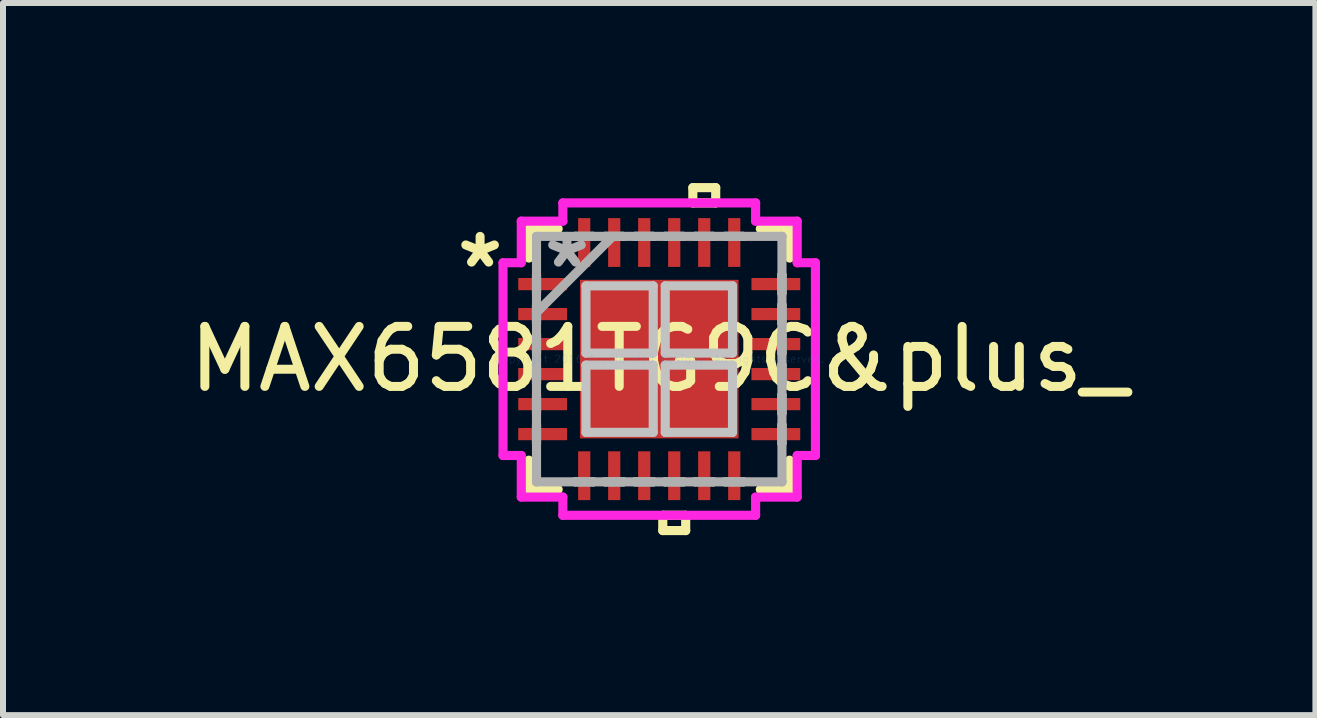
<source format=kicad_pcb>
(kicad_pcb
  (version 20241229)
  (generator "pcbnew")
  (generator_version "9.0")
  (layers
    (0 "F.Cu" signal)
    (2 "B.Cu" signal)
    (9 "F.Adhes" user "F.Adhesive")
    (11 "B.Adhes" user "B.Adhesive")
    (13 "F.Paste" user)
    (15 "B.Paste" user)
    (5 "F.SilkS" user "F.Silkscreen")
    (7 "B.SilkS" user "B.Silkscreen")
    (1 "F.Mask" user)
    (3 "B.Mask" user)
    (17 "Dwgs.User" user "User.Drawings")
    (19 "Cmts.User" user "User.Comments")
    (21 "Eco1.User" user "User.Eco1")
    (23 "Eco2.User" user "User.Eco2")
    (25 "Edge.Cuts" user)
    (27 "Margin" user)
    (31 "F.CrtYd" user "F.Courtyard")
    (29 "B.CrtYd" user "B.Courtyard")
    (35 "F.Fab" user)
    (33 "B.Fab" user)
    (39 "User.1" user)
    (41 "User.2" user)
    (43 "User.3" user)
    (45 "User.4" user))
  (footprint "MAX6581TG9C&plus_"
    (layer "F.Cu")
    (at 7.935 2.934)
    (property "Reference" "MAX6581TG9C&plus_" (at 0 0 0) (layer "F.SilkS") (effects (font (size 1 1) (thickness 0.15))))
    (attr through_hole)
    (fp_line (start -2.172 -2.172) (end -2.172 -1.684) (stroke (width 0.152) (type solid)) (layer "F.SilkS"))
    (fp_line (start -2.172 1.684) (end -2.172 2.172) (stroke (width 0.152) (type solid)) (layer "F.SilkS"))
    (fp_line (start -2.172 2.172) (end -1.684 2.172) (stroke (width 0.152) (type solid)) (layer "F.SilkS"))
    (fp_line (start -1.684 -2.172) (end -2.172 -2.172) (stroke (width 0.152) (type solid)) (layer "F.SilkS"))
    (fp_line (start 0.059 2.603) (end 0.059 2.857) (stroke (width 0.152) (type solid)) (layer "F.SilkS"))
    (fp_line (start 0.059 2.857) (end 0.441 2.857) (stroke (width 0.152) (type solid)) (layer "F.SilkS"))
    (fp_line (start 0.441 2.603) (end 0.059 2.603) (stroke (width 0.152) (type solid)) (layer "F.SilkS"))
    (fp_line (start 0.441 2.857) (end 0.441 2.603) (stroke (width 0.152) (type solid)) (layer "F.SilkS"))
    (fp_line (start 0.56 -2.857) (end 0.941 -2.857) (stroke (width 0.152) (type solid)) (layer "F.SilkS"))
    (fp_line (start 0.56 -2.603) (end 0.56 -2.857) (stroke (width 0.152) (type solid)) (layer "F.SilkS"))
    (fp_line (start 0.941 -2.857) (end 0.941 -2.603) (stroke (width 0.152) (type solid)) (layer "F.SilkS"))
    (fp_line (start 0.941 -2.603) (end 0.56 -2.603) (stroke (width 0.152) (type solid)) (layer "F.SilkS"))
    (fp_line (start 1.684 2.172) (end 2.172 2.172) (stroke (width 0.152) (type solid)) (layer "F.SilkS"))
    (fp_line (start 2.172 -2.172) (end 1.684 -2.172) (stroke (width 0.152) (type solid)) (layer "F.SilkS"))
    (fp_line (start 2.172 -1.684) (end 2.172 -2.172) (stroke (width 0.152) (type solid)) (layer "F.SilkS"))
    (fp_line (start 2.172 2.172) (end 2.172 1.684) (stroke (width 0.152) (type solid)) (layer "F.SilkS"))
    (fp_line (start -1.221 -1.221) (end -1.221 -0.1) (stroke (width 0.152) (type solid)) (layer "Dwgs.User"))
    (fp_line (start -1.221 -0.1) (end -0.1 -0.1) (stroke (width 0.152) (type solid)) (layer "Dwgs.User"))
    (fp_line (start -1.221 0.1) (end -1.221 1.221) (stroke (width 0.152) (type solid)) (layer "Dwgs.User"))
    (fp_line (start -1.221 1.221) (end -0.1 1.221) (stroke (width 0.152) (type solid)) (layer "Dwgs.User"))
    (fp_line (start -0.1 -1.221) (end -1.221 -1.221) (stroke (width 0.152) (type solid)) (layer "Dwgs.User"))
    (fp_line (start -0.1 -0.1) (end -0.1 -1.221) (stroke (width 0.152) (type solid)) (layer "Dwgs.User"))
    (fp_line (start -0.1 0.1) (end -1.221 0.1) (stroke (width 0.152) (type solid)) (layer "Dwgs.User"))
    (fp_line (start -0.1 1.221) (end -0.1 0.1) (stroke (width 0.152) (type solid)) (layer "Dwgs.User"))
    (fp_line (start 0.1 -1.221) (end 0.1 -0.1) (stroke (width 0.152) (type solid)) (layer "Dwgs.User"))
    (fp_line (start 0.1 -0.1) (end 1.221 -0.1) (stroke (width 0.152) (type solid)) (layer "Dwgs.User"))
    (fp_line (start 0.1 0.1) (end 0.1 1.221) (stroke (width 0.152) (type solid)) (layer "Dwgs.User"))
    (fp_line (start 0.1 1.221) (end 1.221 1.221) (stroke (width 0.152) (type solid)) (layer "Dwgs.User"))
    (fp_line (start 1.221 -1.221) (end 0.1 -1.221) (stroke (width 0.152) (type solid)) (layer "Dwgs.User"))
    (fp_line (start 1.221 -0.1) (end 1.221 -1.221) (stroke (width 0.152) (type solid)) (layer "Dwgs.User"))
    (fp_line (start 1.221 0.1) (end 0.1 0.1) (stroke (width 0.152) (type solid)) (layer "Dwgs.User"))
    (fp_line (start 1.221 1.221) (end 1.221 0.1) (stroke (width 0.152) (type solid)) (layer "Dwgs.User"))
    (fp_line (start -2.603 -1.606) (end -2.299 -1.606) (stroke (width 0.152) (type solid)) (layer "F.CrtYd"))
    (fp_line (start -2.603 1.606) (end -2.603 -1.606) (stroke (width 0.152) (type solid)) (layer "F.CrtYd"))
    (fp_line (start -2.299 -2.299) (end -1.606 -2.299) (stroke (width 0.152) (type solid)) (layer "F.CrtYd"))
    (fp_line (start -2.299 -1.606) (end -2.299 -2.299) (stroke (width 0.152) (type solid)) (layer "F.CrtYd"))
    (fp_line (start -2.299 1.606) (end -2.603 1.606) (stroke (width 0.152) (type solid)) (layer "F.CrtYd"))
    (fp_line (start -2.299 2.299) (end -2.299 1.606) (stroke (width 0.152) (type solid)) (layer "F.CrtYd"))
    (fp_line (start -1.606 -2.603) (end 1.606 -2.603) (stroke (width 0.152) (type solid)) (layer "F.CrtYd"))
    (fp_line (start -1.606 -2.299) (end -1.606 -2.603) (stroke (width 0.152) (type solid)) (layer "F.CrtYd"))
    (fp_line (start -1.606 2.299) (end -2.299 2.299) (stroke (width 0.152) (type solid)) (layer "F.CrtYd"))
    (fp_line (start -1.606 2.603) (end -1.606 2.299) (stroke (width 0.152) (type solid)) (layer "F.CrtYd"))
    (fp_line (start 1.606 -2.603) (end 1.606 -2.299) (stroke (width 0.152) (type solid)) (layer "F.CrtYd"))
    (fp_line (start 1.606 -2.299) (end 2.299 -2.299) (stroke (width 0.152) (type solid)) (layer "F.CrtYd"))
    (fp_line (start 1.606 2.299) (end 1.606 2.603) (stroke (width 0.152) (type solid)) (layer "F.CrtYd"))
    (fp_line (start 1.606 2.603) (end -1.606 2.603) (stroke (width 0.152) (type solid)) (layer "F.CrtYd"))
    (fp_line (start 2.299 -2.299) (end 2.299 -1.606) (stroke (width 0.152) (type solid)) (layer "F.CrtYd"))
    (fp_line (start 2.299 -1.606) (end 2.603 -1.606) (stroke (width 0.152) (type solid)) (layer "F.CrtYd"))
    (fp_line (start 2.299 1.606) (end 2.299 2.299) (stroke (width 0.152) (type solid)) (layer "F.CrtYd"))
    (fp_line (start 2.299 2.299) (end 1.606 2.299) (stroke (width 0.152) (type solid)) (layer "F.CrtYd"))
    (fp_line (start 2.603 -1.606) (end 2.603 1.606) (stroke (width 0.152) (type solid)) (layer "F.CrtYd"))
    (fp_line (start 2.603 1.606) (end 2.299 1.606) (stroke (width 0.152) (type solid)) (layer "F.CrtYd"))
    (fp_line (start -2.045 -2.045) (end -2.045 -2.045) (stroke (width 0.152) (type solid)) (layer "F.Fab"))
    (fp_line (start -2.045 -2.045) (end -2.045 2.045) (stroke (width 0.152) (type solid)) (layer "F.Fab"))
    (fp_line (start -2.045 -1.402) (end -2.045 -1.402) (stroke (width 0.152) (type solid)) (layer "F.Fab"))
    (fp_line (start -2.045 -1.402) (end -2.045 -1.098) (stroke (width 0.152) (type solid)) (layer "F.Fab"))
    (fp_line (start -2.045 -1.098) (end -2.045 -1.402) (stroke (width 0.152) (type solid)) (layer "F.Fab"))
    (fp_line (start -2.045 -1.098) (end -2.045 -1.098) (stroke (width 0.152) (type solid)) (layer "F.Fab"))
    (fp_line (start -2.045 -0.902) (end -2.045 -0.902) (stroke (width 0.152) (type solid)) (layer "F.Fab"))
    (fp_line (start -2.045 -0.902) (end -2.045 -0.598) (stroke (width 0.152) (type solid)) (layer "F.Fab"))
    (fp_line (start -2.045 -0.775) (end -0.775 -2.045) (stroke (width 0.152) (type solid)) (layer "F.Fab"))
    (fp_line (start -2.045 -0.598) (end -2.045 -0.902) (stroke (width 0.152) (type solid)) (layer "F.Fab"))
    (fp_line (start -2.045 -0.598) (end -2.045 -0.598) (stroke (width 0.152) (type solid)) (layer "F.Fab"))
    (fp_line (start -2.045 -0.402) (end -2.045 -0.402) (stroke (width 0.152) (type solid)) (layer "F.Fab"))
    (fp_line (start -2.045 -0.402) (end -2.045 -0.098) (stroke (width 0.152) (type solid)) (layer "F.Fab"))
    (fp_line (start -2.045 -0.098) (end -2.045 -0.402) (stroke (width 0.152) (type solid)) (layer "F.Fab"))
    (fp_line (start -2.045 -0.098) (end -2.045 -0.098) (stroke (width 0.152) (type solid)) (layer "F.Fab"))
    (fp_line (start -2.045 0.098) (end -2.045 0.098) (stroke (width 0.152) (type solid)) (layer "F.Fab"))
    (fp_line (start -2.045 0.098) (end -2.045 0.402) (stroke (width 0.152) (type solid)) (layer "F.Fab"))
    (fp_line (start -2.045 0.402) (end -2.045 0.098) (stroke (width 0.152) (type solid)) (layer "F.Fab"))
    (fp_line (start -2.045 0.402) (end -2.045 0.402) (stroke (width 0.152) (type solid)) (layer "F.Fab"))
    (fp_line (start -2.045 0.598) (end -2.045 0.598) (stroke (width 0.152) (type solid)) (layer "F.Fab"))
    (fp_line (start -2.045 0.598) (end -2.045 0.902) (stroke (width 0.152) (type solid)) (layer "F.Fab"))
    (fp_line (start -2.045 0.902) (end -2.045 0.598) (stroke (width 0.152) (type solid)) (layer "F.Fab"))
    (fp_line (start -2.045 0.902) (end -2.045 0.902) (stroke (width 0.152) (type solid)) (layer "F.Fab"))
    (fp_line (start -2.045 1.098) (end -2.045 1.098) (stroke (width 0.152) (type solid)) (layer "F.Fab"))
    (fp_line (start -2.045 1.098) (end -2.045 1.402) (stroke (width 0.152) (type solid)) (layer "F.Fab"))
    (fp_line (start -2.045 1.402) (end -2.045 1.098) (stroke (width 0.152) (type solid)) (layer "F.Fab"))
    (fp_line (start -2.045 1.402) (end -2.045 1.402) (stroke (width 0.152) (type solid)) (layer "F.Fab"))
    (fp_line (start -2.045 2.045) (end -2.045 2.045) (stroke (width 0.152) (type solid)) (layer "F.Fab"))
    (fp_line (start -2.045 2.045) (end 2.045 2.045) (stroke (width 0.152) (type solid)) (layer "F.Fab"))
    (fp_line (start -1.402 -2.045) (end -1.402 -2.045) (stroke (width 0.152) (type solid)) (layer "F.Fab"))
    (fp_line (start -1.402 -2.045) (end -1.098 -2.045) (stroke (width 0.152) (type solid)) (layer "F.Fab"))
    (fp_line (start -1.402 2.045) (end -1.402 2.045) (stroke (width 0.152) (type solid)) (layer "F.Fab"))
    (fp_line (start -1.402 2.045) (end -1.098 2.045) (stroke (width 0.152) (type solid)) (layer "F.Fab"))
    (fp_line (start -1.098 -2.045) (end -1.402 -2.045) (stroke (width 0.152) (type solid)) (layer "F.Fab"))
    (fp_line (start -1.098 -2.045) (end -1.098 -2.045) (stroke (width 0.152) (type solid)) (layer "F.Fab"))
    (fp_line (start -1.098 2.045) (end -1.402 2.045) (stroke (width 0.152) (type solid)) (layer "F.Fab"))
    (fp_line (start -1.098 2.045) (end -1.098 2.045) (stroke (width 0.152) (type solid)) (layer "F.Fab"))
    (fp_line (start -0.902 -2.045) (end -0.902 -2.045) (stroke (width 0.152) (type solid)) (layer "F.Fab"))
    (fp_line (start -0.902 -2.045) (end -0.598 -2.045) (stroke (width 0.152) (type solid)) (layer "F.Fab"))
    (fp_line (start -0.902 2.045) (end -0.902 2.045) (stroke (width 0.152) (type solid)) (layer "F.Fab"))
    (fp_line (start -0.902 2.045) (end -0.598 2.045) (stroke (width 0.152) (type solid)) (layer "F.Fab"))
    (fp_line (start -0.598 -2.045) (end -0.902 -2.045) (stroke (width 0.152) (type solid)) (layer "F.Fab"))
    (fp_line (start -0.598 -2.045) (end -0.598 -2.045) (stroke (width 0.152) (type solid)) (layer "F.Fab"))
    (fp_line (start -0.598 2.045) (end -0.902 2.045) (stroke (width 0.152) (type solid)) (layer "F.Fab"))
    (fp_line (start -0.598 2.045) (end -0.598 2.045) (stroke (width 0.152) (type solid)) (layer "F.Fab"))
    (fp_line (start -0.402 -2.045) (end -0.402 -2.045) (stroke (width 0.152) (type solid)) (layer "F.Fab"))
    (fp_line (start -0.402 -2.045) (end -0.098 -2.045) (stroke (width 0.152) (type solid)) (layer "F.Fab"))
    (fp_line (start -0.402 2.045) (end -0.402 2.045) (stroke (width 0.152) (type solid)) (layer "F.Fab"))
    (fp_line (start -0.402 2.045) (end -0.098 2.045) (stroke (width 0.152) (type solid)) (layer "F.Fab"))
    (fp_line (start -0.098 -2.045) (end -0.402 -2.045) (stroke (width 0.152) (type solid)) (layer "F.Fab"))
    (fp_line (start -0.098 -2.045) (end -0.098 -2.045) (stroke (width 0.152) (type solid)) (layer "F.Fab"))
    (fp_line (start -0.098 2.045) (end -0.402 2.045) (stroke (width 0.152) (type solid)) (layer "F.Fab"))
    (fp_line (start -0.098 2.045) (end -0.098 2.045) (stroke (width 0.152) (type solid)) (layer "F.Fab"))
    (fp_line (start 0.098 -2.045) (end 0.098 -2.045) (stroke (width 0.152) (type solid)) (layer "F.Fab"))
    (fp_line (start 0.098 -2.045) (end 0.402 -2.045) (stroke (width 0.152) (type solid)) (layer "F.Fab"))
    (fp_line (start 0.098 2.045) (end 0.098 2.045) (stroke (width 0.152) (type solid)) (layer "F.Fab"))
    (fp_line (start 0.098 2.045) (end 0.402 2.045) (stroke (width 0.152) (type solid)) (layer "F.Fab"))
    (fp_line (start 0.402 -2.045) (end 0.098 -2.045) (stroke (width 0.152) (type solid)) (layer "F.Fab"))
    (fp_line (start 0.402 -2.045) (end 0.402 -2.045) (stroke (width 0.152) (type solid)) (layer "F.Fab"))
    (fp_line (start 0.402 2.045) (end 0.098 2.045) (stroke (width 0.152) (type solid)) (layer "F.Fab"))
    (fp_line (start 0.402 2.045) (end 0.402 2.045) (stroke (width 0.152) (type solid)) (layer "F.Fab"))
    (fp_line (start 0.598 -2.045) (end 0.598 -2.045) (stroke (width 0.152) (type solid)) (layer "F.Fab"))
    (fp_line (start 0.598 -2.045) (end 0.902 -2.045) (stroke (width 0.152) (type solid)) (layer "F.Fab"))
    (fp_line (start 0.598 2.045) (end 0.598 2.045) (stroke (width 0.152) (type solid)) (layer "F.Fab"))
    (fp_line (start 0.598 2.045) (end 0.902 2.045) (stroke (width 0.152) (type solid)) (layer "F.Fab"))
    (fp_line (start 0.902 -2.045) (end 0.598 -2.045) (stroke (width 0.152) (type solid)) (layer "F.Fab"))
    (fp_line (start 0.902 -2.045) (end 0.902 -2.045) (stroke (width 0.152) (type solid)) (layer "F.Fab"))
    (fp_line (start 0.902 2.045) (end 0.598 2.045) (stroke (width 0.152) (type solid)) (layer "F.Fab"))
    (fp_line (start 0.902 2.045) (end 0.902 2.045) (stroke (width 0.152) (type solid)) (layer "F.Fab"))
    (fp_line (start 1.098 -2.045) (end 1.098 -2.045) (stroke (width 0.152) (type solid)) (layer "F.Fab"))
    (fp_line (start 1.098 -2.045) (end 1.402 -2.045) (stroke (width 0.152) (type solid)) (layer "F.Fab"))
    (fp_line (start 1.098 2.045) (end 1.098 2.045) (stroke (width 0.152) (type solid)) (layer "F.Fab"))
    (fp_line (start 1.098 2.045) (end 1.402 2.045) (stroke (width 0.152) (type solid)) (layer "F.Fab"))
    (fp_line (start 1.402 -2.045) (end 1.098 -2.045) (stroke (width 0.152) (type solid)) (layer "F.Fab"))
    (fp_line (start 1.402 -2.045) (end 1.402 -2.045) (stroke (width 0.152) (type solid)) (layer "F.Fab"))
    (fp_line (start 1.402 2.045) (end 1.098 2.045) (stroke (width 0.152) (type solid)) (layer "F.Fab"))
    (fp_line (start 1.402 2.045) (end 1.402 2.045) (stroke (width 0.152) (type solid)) (layer "F.Fab"))
    (fp_line (start 2.045 -2.045) (end -2.045 -2.045) (stroke (width 0.152) (type solid)) (layer "F.Fab"))
    (fp_line (start 2.045 -2.045) (end 2.045 -2.045) (stroke (width 0.152) (type solid)) (layer "F.Fab"))
    (fp_line (start 2.045 -1.402) (end 2.045 -1.402) (stroke (width 0.152) (type solid)) (layer "F.Fab"))
    (fp_line (start 2.045 -1.402) (end 2.045 -1.098) (stroke (width 0.152) (type solid)) (layer "F.Fab"))
    (fp_line (start 2.045 -1.098) (end 2.045 -1.402) (stroke (width 0.152) (type solid)) (layer "F.Fab"))
    (fp_line (start 2.045 -1.098) (end 2.045 -1.098) (stroke (width 0.152) (type solid)) (layer "F.Fab"))
    (fp_line (start 2.045 -0.902) (end 2.045 -0.902) (stroke (width 0.152) (type solid)) (layer "F.Fab"))
    (fp_line (start 2.045 -0.902) (end 2.045 -0.598) (stroke (width 0.152) (type solid)) (layer "F.Fab"))
    (fp_line (start 2.045 -0.598) (end 2.045 -0.902) (stroke (width 0.152) (type solid)) (layer "F.Fab"))
    (fp_line (start 2.045 -0.598) (end 2.045 -0.598) (stroke (width 0.152) (type solid)) (layer "F.Fab"))
    (fp_line (start 2.045 -0.402) (end 2.045 -0.402) (stroke (width 0.152) (type solid)) (layer "F.Fab"))
    (fp_line (start 2.045 -0.402) (end 2.045 -0.098) (stroke (width 0.152) (type solid)) (layer "F.Fab"))
    (fp_line (start 2.045 -0.098) (end 2.045 -0.402) (stroke (width 0.152) (type solid)) (layer "F.Fab"))
    (fp_line (start 2.045 -0.098) (end 2.045 -0.098) (stroke (width 0.152) (type solid)) (layer "F.Fab"))
    (fp_line (start 2.045 0.098) (end 2.045 0.098) (stroke (width 0.152) (type solid)) (layer "F.Fab"))
    (fp_line (start 2.045 0.098) (end 2.045 0.402) (stroke (width 0.152) (type solid)) (layer "F.Fab"))
    (fp_line (start 2.045 0.402) (end 2.045 0.098) (stroke (width 0.152) (type solid)) (layer "F.Fab"))
    (fp_line (start 2.045 0.402) (end 2.045 0.402) (stroke (width 0.152) (type solid)) (layer "F.Fab"))
    (fp_line (start 2.045 0.598) (end 2.045 0.598) (stroke (width 0.152) (type solid)) (layer "F.Fab"))
    (fp_line (start 2.045 0.598) (end 2.045 0.902) (stroke (width 0.152) (type solid)) (layer "F.Fab"))
    (fp_line (start 2.045 0.902) (end 2.045 0.598) (stroke (width 0.152) (type solid)) (layer "F.Fab"))
    (fp_line (start 2.045 0.902) (end 2.045 0.902) (stroke (width 0.152) (type solid)) (layer "F.Fab"))
    (fp_line (start 2.045 1.098) (end 2.045 1.098) (stroke (width 0.152) (type solid)) (layer "F.Fab"))
    (fp_line (start 2.045 1.098) (end 2.045 1.402) (stroke (width 0.152) (type solid)) (layer "F.Fab"))
    (fp_line (start 2.045 1.402) (end 2.045 1.098) (stroke (width 0.152) (type solid)) (layer "F.Fab"))
    (fp_line (start 2.045 1.402) (end 2.045 1.402) (stroke (width 0.152) (type solid)) (layer "F.Fab"))
    (fp_line (start 2.045 2.045) (end 2.045 -2.045) (stroke (width 0.152) (type solid)) (layer "F.Fab"))
    (fp_line (start 2.045 2.045) (end 2.045 2.045) (stroke (width 0.152) (type solid)) (layer "F.Fab"))
    (fp_text user "*" (at -2.985 -1.5 0) (layer "F.SilkS") (effects (font (size 1 1) (thickness 0.15))))
    (fp_text user "Copyright 2016 Accelerated Designs. All rights reserved." (at 0 0 0) (layer "Cmts.User") (effects (font (size 0.127 0.127) (thickness 0.002))))
    (fp_text user "*" (at -1.537 -1.5 0) (layer "F.Fab") (effects (font (size 1 1) (thickness 0.15))))
    (pad "1" smd rect (at -1.943 -1.25 90) (size 0.203 0.813) (layers "F.Cu" "F.Mask" "F.Paste"))
    (pad "2" smd rect (at -1.943 -0.75 90) (size 0.203 0.813) (layers "F.Cu" "F.Mask" "F.Paste"))
    (pad "3" smd rect (at -1.943 -0.25 90) (size 0.203 0.813) (layers "F.Cu" "F.Mask" "F.Paste"))
    (pad "4" smd rect (at -1.943 0.25 90) (size 0.203 0.813) (layers "F.Cu" "F.Mask" "F.Paste"))
    (pad "5" smd rect (at -1.943 0.75 90) (size 0.203 0.813) (layers "F.Cu" "F.Mask" "F.Paste"))
    (pad "6" smd rect (at -1.943 1.25 90) (size 0.203 0.813) (layers "F.Cu" "F.Mask" "F.Paste"))
    (pad "7" smd rect (at -1.25 1.943) (size 0.203 0.813) (layers "F.Cu" "F.Mask" "F.Paste"))
    (pad "8" smd rect (at -0.75 1.943) (size 0.203 0.813) (layers "F.Cu" "F.Mask" "F.Paste"))
    (pad "9" smd rect (at -0.25 1.943) (size 0.203 0.813) (layers "F.Cu" "F.Mask" "F.Paste"))
    (pad "10" smd rect (at 0.25 1.943) (size 0.203 0.813) (layers "F.Cu" "F.Mask" "F.Paste"))
    (pad "11" smd rect (at 0.75 1.943) (size 0.203 0.813) (layers "F.Cu" "F.Mask" "F.Paste"))
    (pad "12" smd rect (at 1.25 1.943) (size 0.203 0.813) (layers "F.Cu" "F.Mask" "F.Paste"))
    (pad "13" smd rect (at 1.943 1.25 90) (size 0.203 0.813) (layers "F.Cu" "F.Mask" "F.Paste"))
    (pad "14" smd rect (at 1.943 0.75 90) (size 0.203 0.813) (layers "F.Cu" "F.Mask" "F.Paste"))
    (pad "15" smd rect (at 1.943 0.25 90) (size 0.203 0.813) (layers "F.Cu" "F.Mask" "F.Paste"))
    (pad "16" smd rect (at 1.943 -0.25 90) (size 0.203 0.813) (layers "F.Cu" "F.Mask" "F.Paste"))
    (pad "17" smd rect (at 1.943 -0.75 90) (size 0.203 0.813) (layers "F.Cu" "F.Mask" "F.Paste"))
    (pad "18" smd rect (at 1.943 -1.25 90) (size 0.203 0.813) (layers "F.Cu" "F.Mask" "F.Paste"))
    (pad "19" smd rect (at 1.25 -1.943) (size 0.203 0.813) (layers "F.Cu" "F.Mask" "F.Paste"))
    (pad "20" smd rect (at 0.75 -1.943) (size 0.203 0.813) (layers "F.Cu" "F.Mask" "F.Paste"))
    (pad "21" smd rect (at 0.25 -1.943) (size 0.203 0.813) (layers "F.Cu" "F.Mask" "F.Paste"))
    (pad "22" smd rect (at -0.25 -1.943) (size 0.203 0.813) (layers "F.Cu" "F.Mask" "F.Paste"))
    (pad "23" smd rect (at -0.75 -1.943) (size 0.203 0.813) (layers "F.Cu" "F.Mask" "F.Paste"))
    (pad "24" smd rect (at -1.25 -1.943) (size 0.203 0.813) (layers "F.Cu" "F.Mask" "F.Paste"))
    (pad "25" smd rect (at 0 0) (size 2.642 2.642) (layers "F.Cu" "F.Mask" "F.Paste")))
  (gr_rect
    (start -3 -3)
    (end 18.869 8.867)
    (stroke (width 0.1) (type default))
    (fill no)
    (layer "Edge.Cuts")))
</source>
